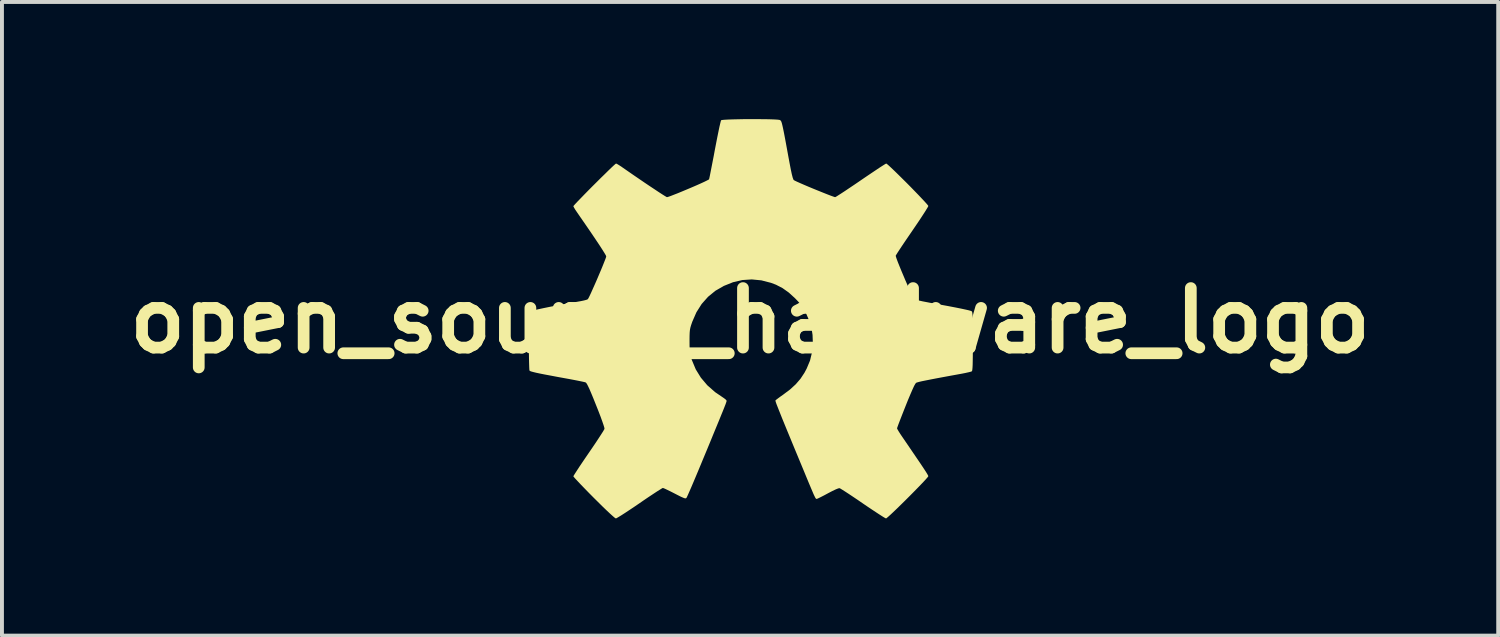
<source format=kicad_pcb>
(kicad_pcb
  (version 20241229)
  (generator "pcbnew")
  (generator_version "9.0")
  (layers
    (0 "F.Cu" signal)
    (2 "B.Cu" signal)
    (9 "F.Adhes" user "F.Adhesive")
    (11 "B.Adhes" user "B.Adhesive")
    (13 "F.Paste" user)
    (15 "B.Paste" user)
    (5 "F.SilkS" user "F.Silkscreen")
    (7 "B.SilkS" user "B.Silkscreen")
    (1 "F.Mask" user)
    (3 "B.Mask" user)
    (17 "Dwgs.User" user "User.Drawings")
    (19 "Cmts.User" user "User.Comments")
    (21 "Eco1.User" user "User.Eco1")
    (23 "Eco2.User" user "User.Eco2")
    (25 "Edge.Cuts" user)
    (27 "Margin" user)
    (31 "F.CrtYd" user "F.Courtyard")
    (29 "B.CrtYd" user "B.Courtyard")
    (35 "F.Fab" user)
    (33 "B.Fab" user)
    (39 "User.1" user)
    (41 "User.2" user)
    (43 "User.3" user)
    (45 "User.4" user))
  (footprint "open_source_hardware_logo"
    (layer "F.Cu")
    (at 16.154 5.16)
    (property "Reference" "open_source_hardware_logo" (at 0 0 0) (layer "F.SilkS") (effects (font (size 1.524 1.524) (thickness 0.3))))
    (attr board_only exclude_from_pos_files exclude_from_bom)
    (fp_poly (pts (xy 0.272 -5.159) (xy 0.41 -5.158) (xy 0.533 -5.155) (xy 0.635 -5.151) (xy 0.71 -5.146) (xy 0.754 -5.14) (xy 0.76 -5.138) (xy 0.772 -5.132) (xy 0.783 -5.123) (xy 0.793 -5.11) (xy 0.803 -5.088) (xy 0.814 -5.054) (xy 0.826 -5.006) (xy 0.841 -4.94) (xy 0.859 -4.853) (xy 0.881 -4.742) (xy 0.907 -4.603) (xy 0.938 -4.434) (xy 0.975 -4.231) (xy 1.01 -4.043) (xy 1.042 -3.876) (xy 1.069 -3.749) (xy 1.092 -3.66) (xy 1.111 -3.61) (xy 1.118 -3.601) (xy 1.144 -3.585) (xy 1.201 -3.558) (xy 1.284 -3.521) (xy 1.385 -3.477) (xy 1.5 -3.428) (xy 1.623 -3.377) (xy 1.746 -3.327) (xy 1.865 -3.279) (xy 1.973 -3.236) (xy 2.064 -3.201) (xy 2.133 -3.176) (xy 2.173 -3.163) (xy 2.179 -3.162) (xy 2.201 -3.173) (xy 2.252 -3.205) (xy 2.329 -3.254) (xy 2.427 -3.318) (xy 2.543 -3.396) (xy 2.673 -3.483) (xy 2.814 -3.579) (xy 2.834 -3.593) (xy 2.975 -3.689) (xy 3.107 -3.778) (xy 3.225 -3.857) (xy 3.325 -3.924) (xy 3.405 -3.975) (xy 3.459 -4.009) (xy 3.485 -4.023) (xy 3.486 -4.023) (xy 3.508 -4.009) (xy 3.553 -3.97) (xy 3.618 -3.91) (xy 3.7 -3.832) (xy 3.793 -3.741) (xy 3.895 -3.64) (xy 4.002 -3.534) (xy 4.11 -3.425) (xy 4.214 -3.318) (xy 4.312 -3.217) (xy 4.398 -3.126) (xy 4.471 -3.048) (xy 4.525 -2.988) (xy 4.557 -2.949) (xy 4.564 -2.936) (xy 4.553 -2.911) (xy 4.521 -2.858) (xy 4.472 -2.779) (xy 4.408 -2.68) (xy 4.331 -2.563) (xy 4.243 -2.433) (xy 4.151 -2.298) (xy 4.056 -2.159) (xy 3.968 -2.03) (xy 3.89 -1.914) (xy 3.825 -1.816) (xy 3.774 -1.738) (xy 3.742 -1.686) (xy 3.729 -1.663) (xy 3.735 -1.636) (xy 3.754 -1.579) (xy 3.785 -1.496) (xy 3.826 -1.394) (xy 3.873 -1.279) (xy 3.925 -1.156) (xy 3.978 -1.03) (xy 4.031 -0.909) (xy 4.081 -0.797) (xy 4.126 -0.7) (xy 4.163 -0.623) (xy 4.189 -0.574) (xy 4.2 -0.558) (xy 4.236 -0.54) (xy 4.309 -0.519) (xy 4.42 -0.494) (xy 4.566 -0.466) (xy 4.584 -0.462) (xy 4.845 -0.415) (xy 5.069 -0.374) (xy 5.256 -0.338) (xy 5.406 -0.308) (xy 5.522 -0.283) (xy 5.605 -0.264) (xy 5.656 -0.249) (xy 5.675 -0.24) (xy 5.683 -0.229) (xy 5.689 -0.206) (xy 5.694 -0.17) (xy 5.698 -0.115) (xy 5.701 -0.037) (xy 5.703 0.066) (xy 5.704 0.198) (xy 5.704 0.363) (xy 5.704 0.53) (xy 5.704 0.734) (xy 5.703 0.901) (xy 5.701 1.034) (xy 5.699 1.136) (xy 5.695 1.21) (xy 5.69 1.259) (xy 5.684 1.287) (xy 5.679 1.296) (xy 5.651 1.307) (xy 5.591 1.322) (xy 5.51 1.34) (xy 5.424 1.357) (xy 5.171 1.403) (xy 4.954 1.443) (xy 4.772 1.477) (xy 4.622 1.506) (xy 4.501 1.53) (xy 4.407 1.549) (xy 4.337 1.565) (xy 4.289 1.578) (xy 4.26 1.588) (xy 4.251 1.592) (xy 4.231 1.617) (xy 4.2 1.672) (xy 4.159 1.761) (xy 4.106 1.883) (xy 4.04 2.04) (xy 3.986 2.175) (xy 3.93 2.316) (xy 3.879 2.446) (xy 3.835 2.559) (xy 3.8 2.651) (xy 3.776 2.717) (xy 3.764 2.752) (xy 3.763 2.756) (xy 3.774 2.782) (xy 3.803 2.832) (xy 3.845 2.898) (xy 3.877 2.946) (xy 4.024 3.161) (xy 4.15 3.346) (xy 4.256 3.502) (xy 4.344 3.631) (xy 4.415 3.737) (xy 4.47 3.82) (xy 4.511 3.884) (xy 4.539 3.93) (xy 4.556 3.961) (xy 4.563 3.978) (xy 4.564 3.982) (xy 4.55 4.004) (xy 4.511 4.049) (xy 4.451 4.115) (xy 4.374 4.196) (xy 4.283 4.29) (xy 4.182 4.393) (xy 4.076 4.5) (xy 3.968 4.608) (xy 3.861 4.713) (xy 3.761 4.811) (xy 3.67 4.898) (xy 3.592 4.971) (xy 3.532 5.025) (xy 3.493 5.057) (xy 3.481 5.064) (xy 3.457 5.053) (xy 3.405 5.022) (xy 3.328 4.973) (xy 3.23 4.909) (xy 3.115 4.833) (xy 2.988 4.748) (xy 2.89 4.681) (xy 2.756 4.589) (xy 2.631 4.505) (xy 2.52 4.431) (xy 2.426 4.37) (xy 2.353 4.324) (xy 2.307 4.296) (xy 2.291 4.289) (xy 2.257 4.295) (xy 2.194 4.32) (xy 2.108 4.361) (xy 2.002 4.416) (xy 1.991 4.422) (xy 1.898 4.472) (xy 1.816 4.514) (xy 1.753 4.545) (xy 1.714 4.562) (xy 1.707 4.564) (xy 1.699 4.563) (xy 1.69 4.559) (xy 1.68 4.549) (xy 1.668 4.529) (xy 1.651 4.495) (xy 1.627 4.445) (xy 1.597 4.374) (xy 1.557 4.28) (xy 1.506 4.159) (xy 1.443 4.007) (xy 1.37 3.83) (xy 1.245 3.529) (xy 1.135 3.264) (xy 1.039 3.031) (xy 0.955 2.828) (xy 0.884 2.655) (xy 0.824 2.508) (xy 0.775 2.385) (xy 0.735 2.285) (xy 0.704 2.206) (xy 0.68 2.145) (xy 0.664 2.1) (xy 0.654 2.069) (xy 0.65 2.051) (xy 0.65 2.042) (xy 0.65 2.042) (xy 0.67 2.024) (xy 0.716 1.989) (xy 0.781 1.941) (xy 0.848 1.894) (xy 1.025 1.761) (xy 1.17 1.628) (xy 1.29 1.489) (xy 1.392 1.335) (xy 1.45 1.226) (xy 1.535 1.022) (xy 1.586 0.812) (xy 1.607 0.584) (xy 1.607 0.56) (xy 1.6 0.366) (xy 1.573 0.189) (xy 1.521 0.015) (xy 1.441 -0.17) (xy 1.436 -0.18) (xy 1.386 -0.278) (xy 1.34 -0.355) (xy 1.29 -0.423) (xy 1.226 -0.496) (xy 1.152 -0.573) (xy 0.992 -0.719) (xy 0.832 -0.833) (xy 0.664 -0.92) (xy 0.538 -0.968) (xy 0.29 -1.032) (xy 0.045 -1.056) (xy -0.197 -1.04) (xy -0.437 -0.984) (xy -0.671 -0.89) (xy -0.888 -0.765) (xy -1.077 -0.61) (xy -1.24 -0.426) (xy -1.374 -0.214) (xy -1.479 0.026) (xy -1.487 0.049) (xy -1.512 0.122) (xy -1.529 0.182) (xy -1.54 0.24) (xy -1.546 0.304) (xy -1.549 0.387) (xy -1.55 0.496) (xy -1.55 0.53) (xy -1.549 0.65) (xy -1.547 0.739) (xy -1.541 0.809) (xy -1.531 0.869) (xy -1.515 0.93) (xy -1.492 1.003) (xy -1.487 1.016) (xy -1.39 1.248) (xy -1.259 1.46) (xy -1.095 1.654) (xy -0.895 1.83) (xy -0.676 1.979) (xy -0.63 2.013) (xy -0.603 2.044) (xy -0.6 2.053) (xy -0.602 2.062) (xy -0.606 2.077) (xy -0.614 2.101) (xy -0.626 2.136) (xy -0.645 2.184) (xy -0.67 2.248) (xy -0.703 2.33) (xy -0.745 2.432) (xy -0.796 2.558) (xy -0.858 2.708) (xy -0.931 2.885) (xy -1.016 3.093) (xy -1.115 3.332) (xy -1.229 3.606) (xy -1.24 3.633) (xy -1.314 3.811) (xy -1.384 3.978) (xy -1.448 4.13) (xy -1.505 4.264) (xy -1.554 4.376) (xy -1.592 4.462) (xy -1.618 4.518) (xy -1.631 4.541) (xy -1.646 4.549) (xy -1.671 4.548) (xy -1.711 4.534) (xy -1.772 4.507) (xy -1.859 4.463) (xy -1.931 4.426) (xy -2.027 4.377) (xy -2.113 4.335) (xy -2.18 4.303) (xy -2.223 4.286) (xy -2.233 4.283) (xy -2.256 4.294) (xy -2.307 4.326) (xy -2.384 4.374) (xy -2.481 4.438) (xy -2.596 4.514) (xy -2.723 4.6) (xy -2.83 4.674) (xy -2.965 4.766) (xy -3.091 4.85) (xy -3.203 4.924) (xy -3.298 4.985) (xy -3.372 5.03) (xy -3.419 5.057) (xy -3.436 5.064) (xy -3.46 5.05) (xy -3.509 5.009) (xy -3.58 4.945) (xy -3.673 4.858) (xy -3.783 4.752) (xy -3.908 4.628) (xy -3.999 4.538) (xy -4.118 4.418) (xy -4.227 4.306) (xy -4.324 4.206) (xy -4.405 4.12) (xy -4.468 4.053) (xy -4.508 4.007) (xy -4.524 3.986) (xy -4.524 3.985) (xy -4.513 3.963) (xy -4.481 3.912) (xy -4.432 3.836) (xy -4.369 3.739) (xy -4.292 3.625) (xy -4.206 3.498) (xy -4.13 3.387) (xy -4.037 3.251) (xy -3.951 3.124) (xy -3.876 3.01) (xy -3.813 2.913) (xy -3.765 2.838) (xy -3.736 2.788) (xy -3.727 2.769) (xy -3.732 2.737) (xy -3.752 2.671) (xy -3.785 2.575) (xy -3.83 2.451) (xy -3.887 2.303) (xy -3.944 2.16) (xy -4.012 1.99) (xy -4.068 1.855) (xy -4.113 1.75) (xy -4.149 1.674) (xy -4.176 1.622) (xy -4.197 1.592) (xy -4.211 1.581) (xy -4.242 1.572) (xy -4.307 1.558) (xy -4.398 1.539) (xy -4.511 1.517) (xy -4.637 1.493) (xy -4.704 1.481) (xy -4.924 1.441) (xy -5.108 1.406) (xy -5.259 1.378) (xy -5.38 1.354) (xy -5.474 1.334) (xy -5.544 1.317) (xy -5.593 1.304) (xy -5.625 1.293) (xy -5.642 1.283) (xy -5.647 1.278) (xy -5.651 1.253) (xy -5.654 1.192) (xy -5.657 1.1) (xy -5.66 0.982) (xy -5.662 0.843) (xy -5.664 0.688) (xy -5.664 0.529) (xy -5.664 0.328) (xy -5.663 0.164) (xy -5.661 0.033) (xy -5.658 -0.068) (xy -5.654 -0.141) (xy -5.649 -0.191) (xy -5.643 -0.219) (xy -5.639 -0.227) (xy -5.61 -0.242) (xy -5.543 -0.263) (xy -5.437 -0.289) (xy -5.293 -0.32) (xy -5.112 -0.357) (xy -4.895 -0.398) (xy -4.641 -0.445) (xy -4.351 -0.497) (xy -4.328 -0.501) (xy -4.253 -0.517) (xy -4.191 -0.533) (xy -4.156 -0.548) (xy -4.155 -0.549) (xy -4.139 -0.573) (xy -4.111 -0.628) (xy -4.073 -0.709) (xy -4.028 -0.81) (xy -3.977 -0.924) (xy -3.923 -1.047) (xy -3.87 -1.172) (xy -3.818 -1.294) (xy -3.772 -1.406) (xy -3.733 -1.504) (xy -3.703 -1.58) (xy -3.686 -1.63) (xy -3.683 -1.646) (xy -3.694 -1.674) (xy -3.728 -1.732) (xy -3.783 -1.82) (xy -3.858 -1.936) (xy -3.953 -2.078) (xy -4.065 -2.244) (xy -4.195 -2.434) (xy -4.341 -2.645) (xy -4.427 -2.77) (xy -4.472 -2.836) (xy -4.505 -2.891) (xy -4.522 -2.925) (xy -4.524 -2.931) (xy -4.51 -2.95) (xy -4.471 -2.993) (xy -4.412 -3.056) (xy -4.334 -3.136) (xy -4.244 -3.229) (xy -4.144 -3.331) (xy -4.038 -3.438) (xy -3.929 -3.546) (xy -3.823 -3.652) (xy -3.721 -3.751) (xy -3.63 -3.841) (xy -3.551 -3.917) (xy -3.489 -3.975) (xy -3.447 -4.012) (xy -3.431 -4.023) (xy -3.405 -4.012) (xy -3.357 -3.983) (xy -3.293 -3.942) (xy -3.271 -3.926) (xy -3.131 -3.829) (xy -2.988 -3.73) (xy -2.843 -3.631) (xy -2.701 -3.534) (xy -2.567 -3.444) (xy -2.443 -3.362) (xy -2.335 -3.29) (xy -2.245 -3.232) (xy -2.178 -3.19) (xy -2.137 -3.166) (xy -2.128 -3.162) (xy -2.096 -3.17) (xy -2.035 -3.191) (xy -1.951 -3.224) (xy -1.848 -3.264) (xy -1.732 -3.312) (xy -1.61 -3.363) (xy -1.487 -3.415) (xy -1.369 -3.466) (xy -1.261 -3.514) (xy -1.17 -3.556) (xy -1.101 -3.59) (xy -1.059 -3.612) (xy -1.05 -3.62) (xy -1.043 -3.647) (xy -1.03 -3.708) (xy -1.012 -3.8) (xy -0.989 -3.917) (xy -0.962 -4.055) (xy -0.932 -4.209) (xy -0.901 -4.376) (xy -0.9 -4.381) (xy -0.868 -4.547) (xy -0.838 -4.701) (xy -0.81 -4.838) (xy -0.786 -4.955) (xy -0.765 -5.045) (xy -0.75 -5.106) (xy -0.741 -5.131) (xy -0.741 -5.132) (xy -0.715 -5.138) (xy -0.654 -5.144) (xy -0.565 -5.149) (xy -0.451 -5.153) (xy -0.32 -5.156) (xy -0.177 -5.159) (xy -0.027 -5.16) (xy 0.125 -5.16)) (stroke (width 0) (type solid)) (fill yes) (layer "F.SilkS")))
  (gr_rect
    (start -3 -3)
    (end 35.309 13.224)
    (stroke (width 0.1) (type default))
    (fill no)
    (layer "Edge.Cuts")))
</source>
